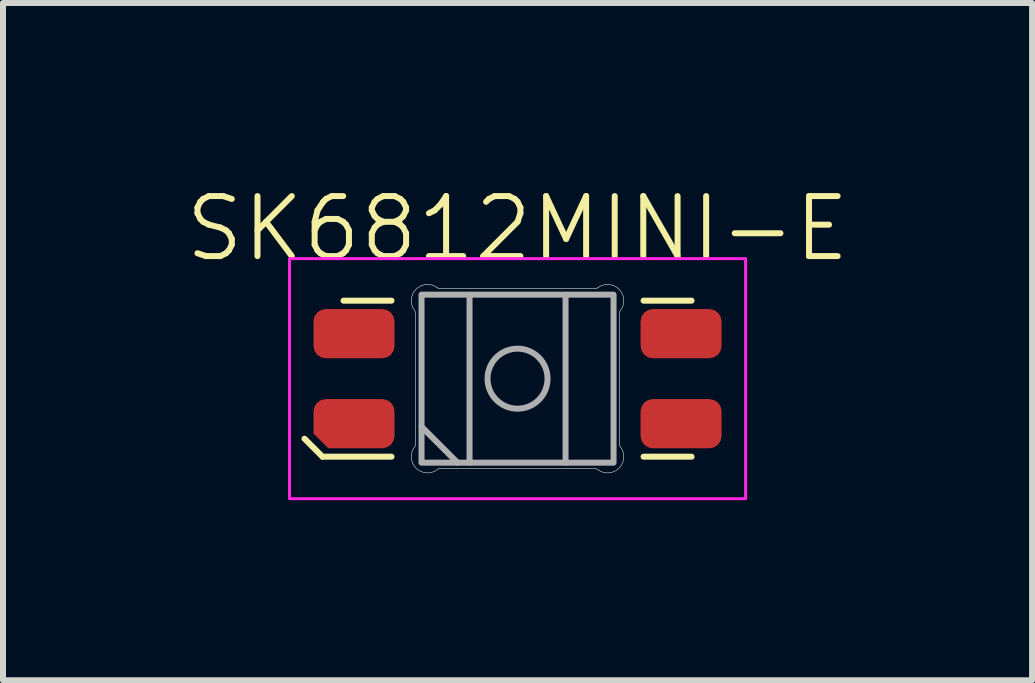
<source format=kicad_pcb>
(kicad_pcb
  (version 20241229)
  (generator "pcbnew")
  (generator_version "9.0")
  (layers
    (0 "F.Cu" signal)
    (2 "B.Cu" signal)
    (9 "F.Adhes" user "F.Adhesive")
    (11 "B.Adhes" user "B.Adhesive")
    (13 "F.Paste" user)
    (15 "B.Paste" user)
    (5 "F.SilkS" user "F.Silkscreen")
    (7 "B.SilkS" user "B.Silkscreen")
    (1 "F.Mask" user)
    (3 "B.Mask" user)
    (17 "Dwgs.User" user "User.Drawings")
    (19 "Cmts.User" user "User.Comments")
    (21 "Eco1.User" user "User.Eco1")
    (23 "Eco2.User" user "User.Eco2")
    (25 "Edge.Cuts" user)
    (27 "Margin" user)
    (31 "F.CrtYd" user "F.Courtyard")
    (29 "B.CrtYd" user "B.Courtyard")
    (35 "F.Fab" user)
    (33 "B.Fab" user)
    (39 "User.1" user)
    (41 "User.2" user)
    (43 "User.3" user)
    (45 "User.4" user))
  (footprint "SK6812MINI-E"
    (layer "F.Cu")
    (at 5.574 3.26)
    (property "Reference" "SK6812MINI-E" (at 0 -2.5 0) (unlocked yes) (layer "F.SilkS") (effects (font (size 1 1) (thickness 0.1))))
    (attr smd)
    (fp_line (start -3.25 1.3) (end -3.55 1) (stroke (width 0.1) (type default)) (layer "F.SilkS"))
    (fp_line (start -3.25 1.3) (end -2.1 1.3) (stroke (width 0.1) (type default)) (layer "F.SilkS"))
    (fp_line (start -2.9 -1.3) (end -2.1 -1.3) (stroke (width 0.1) (type default)) (layer "F.SilkS"))
    (fp_line (start 2.9 -1.3) (end 2.1 -1.3) (stroke (width 0.1) (type default)) (layer "F.SilkS"))
    (fp_line (start 2.9 1.3) (end 2.1 1.3) (stroke (width 0.1) (type default)) (layer "F.SilkS"))
    (fp_line (start -1.7 -1.1) (end -1.7 1.1) (stroke (width 0.01) (type default)) (layer "Edge.Cuts"))
    (fp_line (start -1.3 1.5) (end 1.3 1.5) (stroke (width 0.01) (type default)) (layer "Edge.Cuts"))
    (fp_line (start 1.3 -1.5) (end -1.3 -1.5) (stroke (width 0.01) (type default)) (layer "Edge.Cuts"))
    (fp_line (start 1.7 1.1) (end 1.7 -1.1) (stroke (width 0.01) (type default)) (layer "Edge.Cuts"))
    (fp_arc (start -1.714645 -1.135355) (mid -1.703806 -1.119134) (end -1.7 -1.1) (stroke (width 0.01) (type default)) (layer "Edge.Cuts"))
    (fp_arc (start -1.714644 -1.135356) (mid -1.691285 -1.491285) (end -1.335356 -1.514644) (stroke (width 0.01) (type default)) (layer "Edge.Cuts"))
    (fp_arc (start -1.7 1.1) (mid -1.703806 1.119134) (end -1.714645 1.135355) (stroke (width 0.01) (type default)) (layer "Edge.Cuts"))
    (fp_arc (start -1.335356 1.514644) (mid -1.691285 1.491285) (end -1.714644 1.135356) (stroke (width 0.01) (type default)) (layer "Edge.Cuts"))
    (fp_arc (start -1.335355 1.514645) (mid -1.319134 1.503806) (end -1.3 1.5) (stroke (width 0.01) (type default)) (layer "Edge.Cuts"))
    (fp_arc (start -1.3 -1.5) (mid -1.319134 -1.503806) (end -1.335355 -1.514645) (stroke (width 0.01) (type default)) (layer "Edge.Cuts"))
    (fp_arc (start 1.3 1.5) (mid 1.319134 1.503806) (end 1.335355 1.514645) (stroke (width 0.01) (type default)) (layer "Edge.Cuts"))
    (fp_arc (start 1.335355 -1.514645) (mid 1.319134 -1.503806) (end 1.3 -1.5) (stroke (width 0.01) (type default)) (layer "Edge.Cuts"))
    (fp_arc (start 1.335356 -1.514644) (mid 1.691285 -1.491285) (end 1.714644 -1.135356) (stroke (width 0.01) (type default)) (layer "Edge.Cuts"))
    (fp_arc (start 1.7 -1.1) (mid 1.703806 -1.119134) (end 1.714645 -1.135355) (stroke (width 0.01) (type default)) (layer "Edge.Cuts"))
    (fp_arc (start 1.714644 1.135356) (mid 1.691285 1.491285) (end 1.335356 1.514644) (stroke (width 0.01) (type default)) (layer "Edge.Cuts"))
    (fp_arc (start 1.714645 1.135355) (mid 1.703806 1.119134) (end 1.7 1.1) (stroke (width 0.01) (type default)) (layer "Edge.Cuts"))
    (fp_rect (start -3.8 -2) (end 3.8 2) (stroke (width 0.05) (type default)) (fill no) (layer "F.CrtYd"))
    (fp_line (start -1.6 0.8) (end -1 1.4) (stroke (width 0.1) (type default)) (layer "F.Fab"))
    (fp_line (start -0.8 -1.4) (end -0.8 1.4) (stroke (width 0.1) (type default)) (layer "F.Fab"))
    (fp_line (start 0.8 -1.4) (end 0.8 1.4) (stroke (width 0.1) (type default)) (layer "F.Fab"))
    (fp_rect (start -1.6 -1.4) (end 1.6 1.4) (stroke (width 0.1) (type default)) (fill no) (layer "F.Fab"))
    (fp_circle (center 0 0) (end 0.5 0) (stroke (width 0.1) (type default)) (fill no) (layer "F.Fab"))
    (pad "1" smd roundrect (at 2.725 -0.75) (size 1.35 0.82) (layers "F.Cu" "F.Mask" "F.Paste") (roundrect_rratio 0.25))
    (pad "2" smd roundrect (at 2.725 0.75) (size 1.35 0.82) (layers "F.Cu" "F.Mask" "F.Paste") (roundrect_rratio 0.25))
    (pad "3" smd roundrect (at -2.725 0.75) (size 1.35 0.82) (layers "F.Cu" "F.Mask" "F.Paste") (roundrect_rratio 0.25) (chamfer_ratio 0.3) (chamfer bottom_left))
    (pad "4" smd roundrect (at -2.725 -0.75) (size 1.35 0.82) (layers "F.Cu" "F.Mask" "F.Paste") (roundrect_rratio 0.25)))
  (gr_rect
    (start -3 -3)
    (end 14.148 8.286)
    (stroke (width 0.1) (type default))
    (fill no)
    (layer "Edge.Cuts")))
</source>
